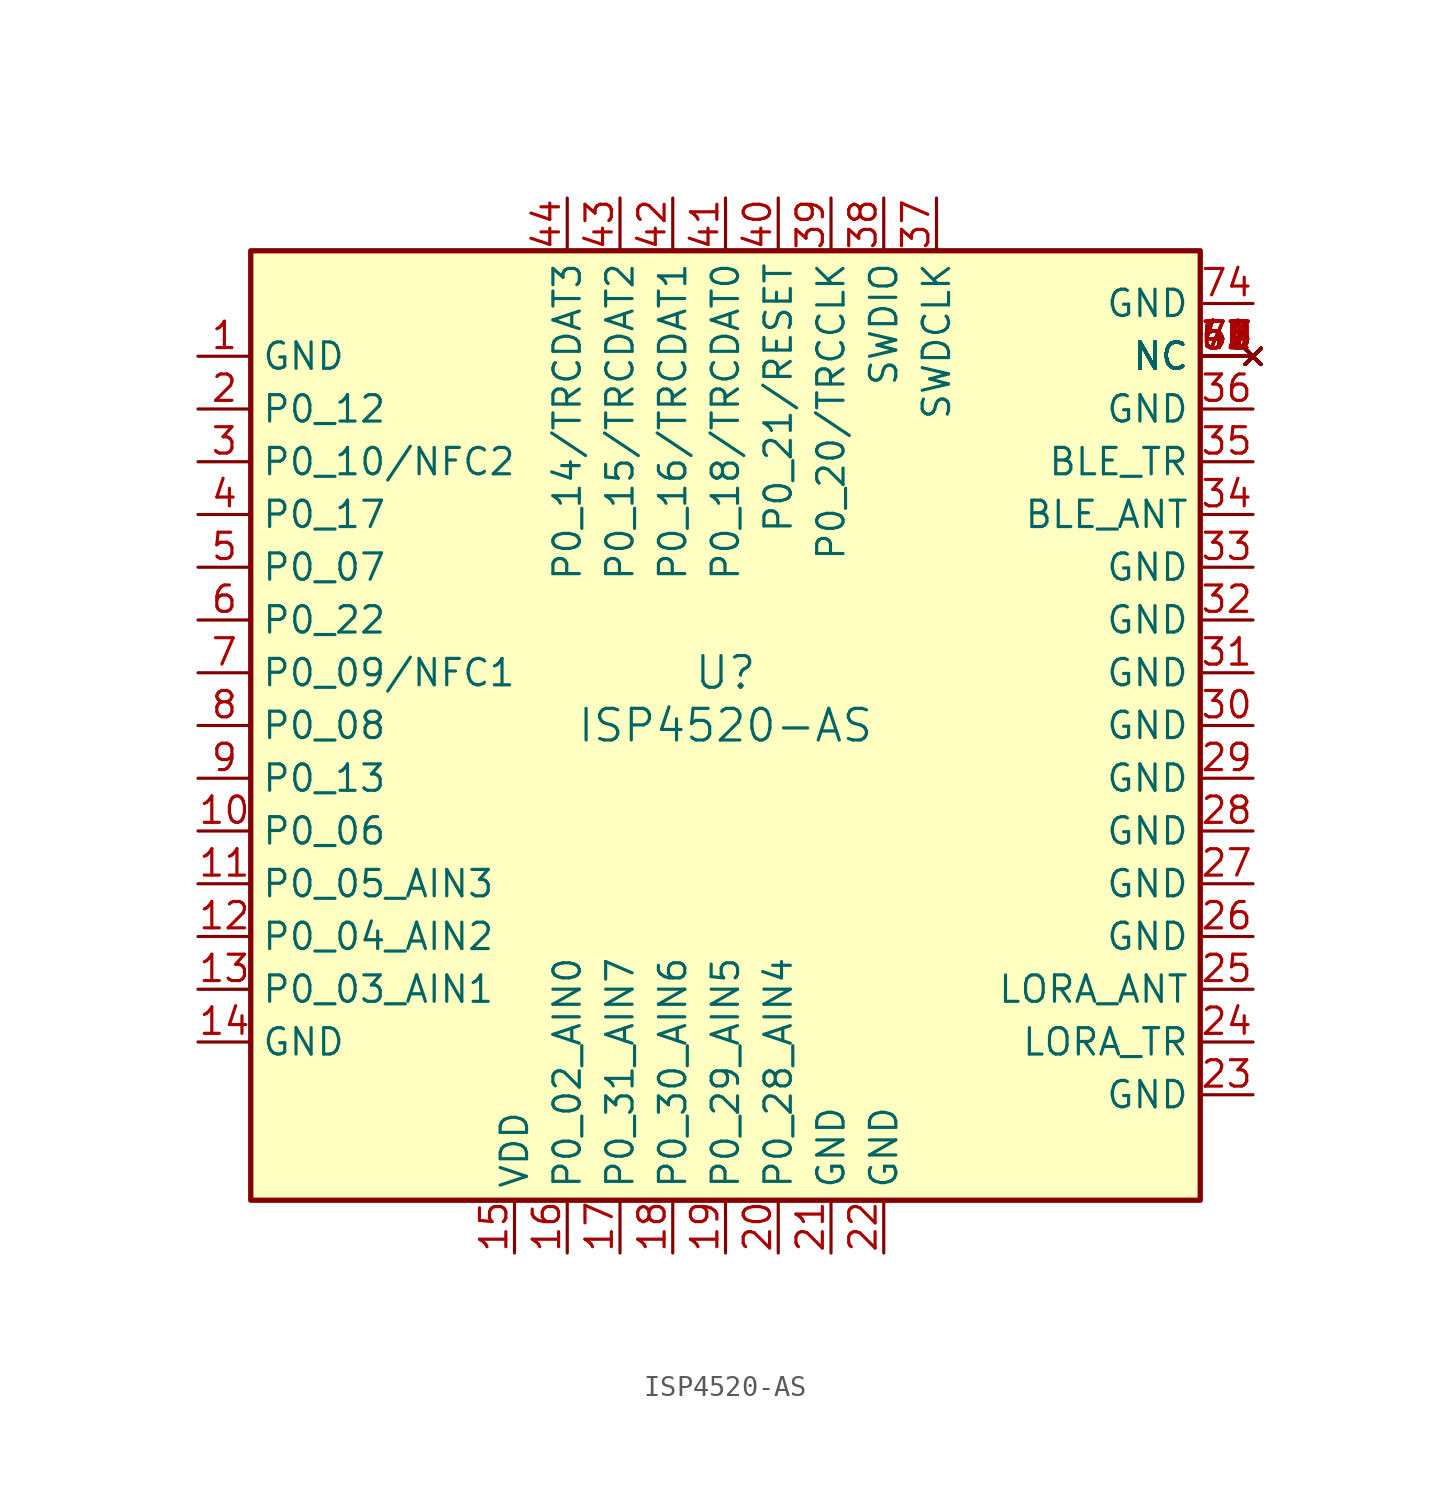
<source format=kicad_sym>
(kicad_symbol_lib
  (version 20231120)
  (generator "kicad_symbol_editor")
  (generator_version "8.0")
  (symbol "ISP4520-AS"
    (property "Reference" "U"
      (at 0 2.54 0)
      (effects (font (size 1.524 1.524))))
    (property "Value" "ISP4520-AS"
      (at 0 0 0)
      (effects (font (size 1.524 1.524))))
    (symbol "ISP4520-AS_0_1"
      (rectangle (start -22.86 22.86) (end 22.86 -22.86) (stroke (width 0.254) (type default)) (fill (type background)))
      (pin power_in line (at -25.4 17.78 0) (length 2.54) (name "GND" (effects (font (size 1.27 1.27)))) (number "1" (effects (font (size 1.27 1.27)))))
      (pin bidirectional line (at -25.4 -5.08 0) (length 2.54) (name "P0_06" (effects (font (size 1.27 1.27)))) (number "10" (effects (font (size 1.27 1.27)))))
      (pin input line (at -25.4 -7.62 0) (length 2.54) (name "P0_05_AIN3" (effects (font (size 1.27 1.27)))) (number "11" (effects (font (size 1.27 1.27)))))
      (pin input line (at -25.4 -10.16 0) (length 2.54) (name "P0_04_AIN2" (effects (font (size 1.27 1.27)))) (number "12" (effects (font (size 1.27 1.27)))))
      (pin input line (at -25.4 -12.7 0) (length 2.54) (name "P0_03_AIN1" (effects (font (size 1.27 1.27)))) (number "13" (effects (font (size 1.27 1.27)))))
      (pin power_in line (at -25.4 -15.24 0) (length 2.54) (name "GND" (effects (font (size 1.27 1.27)))) (number "14" (effects (font (size 1.27 1.27)))))
      (pin power_in line (at -10.16 -25.4 90) (length 2.54) (name "VDD" (effects (font (size 1.27 1.27)))) (number "15" (effects (font (size 1.27 1.27)))))
      (pin bidirectional line (at -7.62 -25.4 90) (length 2.54) (name "P0_02_AIN0" (effects (font (size 1.27 1.27)))) (number "16" (effects (font (size 1.27 1.27)))))
      (pin input line (at -5.08 -25.4 90) (length 2.54) (name "P0_31_AIN7" (effects (font (size 1.27 1.27)))) (number "17" (effects (font (size 1.27 1.27)))))
      (pin input line (at -2.54 -25.4 90) (length 2.54) (name "P0_30_AIN6" (effects (font (size 1.27 1.27)))) (number "18" (effects (font (size 1.27 1.27)))))
      (pin input line (at 0 -25.4 90) (length 2.54) (name "P0_29_AIN5" (effects (font (size 1.27 1.27)))) (number "19" (effects (font (size 1.27 1.27)))))
      (pin bidirectional line (at -25.4 15.24 0) (length 2.54) (name "P0_12" (effects (font (size 1.27 1.27)))) (number "2" (effects (font (size 1.27 1.27)))))
      (pin input line (at 2.54 -25.4 90) (length 2.54) (name "P0_28_AIN4" (effects (font (size 1.27 1.27)))) (number "20" (effects (font (size 1.27 1.27)))))
      (pin power_in line (at 5.08 -25.4 90) (length 2.54) (name "GND" (effects (font (size 1.27 1.27)))) (number "21" (effects (font (size 1.27 1.27)))))
      (pin power_in line (at 7.62 -25.4 90) (length 2.54) (name "GND" (effects (font (size 1.27 1.27)))) (number "22" (effects (font (size 1.27 1.27)))))
      (pin power_in line (at 25.4 -17.78 180) (length 2.54) (name "GND" (effects (font (size 1.27 1.27)))) (number "23" (effects (font (size 1.27 1.27)))))
      (pin bidirectional line (at 25.4 -15.24 180) (length 2.54) (name "LORA_TR" (effects (font (size 1.27 1.27)))) (number "24" (effects (font (size 1.27 1.27)))))
      (pin bidirectional line (at 25.4 -12.7 180) (length 2.54) (name "LORA_ANT" (effects (font (size 1.27 1.27)))) (number "25" (effects (font (size 1.27 1.27)))))
      (pin power_in line (at 25.4 -10.16 180) (length 2.54) (name "GND" (effects (font (size 1.27 1.27)))) (number "26" (effects (font (size 1.27 1.27)))))
      (pin power_in line (at 25.4 -7.62 180) (length 2.54) (name "GND" (effects (font (size 1.27 1.27)))) (number "27" (effects (font (size 1.27 1.27)))))
      (pin power_in line (at 25.4 -5.08 180) (length 2.54) (name "GND" (effects (font (size 1.27 1.27)))) (number "28" (effects (font (size 1.27 1.27)))))
      (pin power_in line (at 25.4 -2.54 180) (length 2.54) (name "GND" (effects (font (size 1.27 1.27)))) (number "29" (effects (font (size 1.27 1.27)))))
      (pin bidirectional line (at -25.4 12.7 0) (length 2.54) (name "P0_10/NFC2" (effects (font (size 1.27 1.27)))) (number "3" (effects (font (size 1.27 1.27)))))
      (pin power_in line (at 25.4 0 180) (length 2.54) (name "GND" (effects (font (size 1.27 1.27)))) (number "30" (effects (font (size 1.27 1.27)))))
      (pin power_in line (at 25.4 2.54 180) (length 2.54) (name "GND" (effects (font (size 1.27 1.27)))) (number "31" (effects (font (size 1.27 1.27)))))
      (pin power_in line (at 25.4 5.08 180) (length 2.54) (name "GND" (effects (font (size 1.27 1.27)))) (number "32" (effects (font (size 1.27 1.27)))))
      (pin power_in line (at 25.4 7.62 180) (length 2.54) (name "GND" (effects (font (size 1.27 1.27)))) (number "33" (effects (font (size 1.27 1.27)))))
      (pin bidirectional line (at 25.4 10.16 180) (length 2.54) (name "BLE_ANT" (effects (font (size 1.27 1.27)))) (number "34" (effects (font (size 1.27 1.27)))))
      (pin bidirectional line (at 25.4 12.7 180) (length 2.54) (name "BLE_TR" (effects (font (size 1.27 1.27)))) (number "35" (effects (font (size 1.27 1.27)))))
      (pin power_in line (at 25.4 15.24 180) (length 2.54) (name "GND" (effects (font (size 1.27 1.27)))) (number "36" (effects (font (size 1.27 1.27)))))
      (pin bidirectional line (at 10.16 25.4 270) (length 2.54) (name "SWDCLK" (effects (font (size 1.27 1.27)))) (number "37" (effects (font (size 1.27 1.27)))))
      (pin bidirectional line (at 7.62 25.4 270) (length 2.54) (name "SWDIO" (effects (font (size 1.27 1.27)))) (number "38" (effects (font (size 1.27 1.27)))))
      (pin bidirectional line (at 5.08 25.4 270) (length 2.54) (name "P0_20/TRCCLK" (effects (font (size 1.27 1.27)))) (number "39" (effects (font (size 1.27 1.27)))))
      (pin bidirectional line (at -25.4 10.16 0) (length 2.54) (name "P0_17" (effects (font (size 1.27 1.27)))) (number "4" (effects (font (size 1.27 1.27)))))
      (pin bidirectional line (at 2.54 25.4 270) (length 2.54) (name "P0_21/RESET" (effects (font (size 1.27 1.27)))) (number "40" (effects (font (size 1.27 1.27)))))
      (pin bidirectional line (at 0 25.4 270) (length 2.54) (name "P0_18/TRCDAT0" (effects (font (size 1.27 1.27)))) (number "41" (effects (font (size 1.27 1.27)))))
      (pin bidirectional line (at -2.54 25.4 270) (length 2.54) (name "P0_16/TRCDAT1" (effects (font (size 1.27 1.27)))) (number "42" (effects (font (size 1.27 1.27)))))
      (pin bidirectional line (at -5.08 25.4 270) (length 2.54) (name "P0_15/TRCDAT2" (effects (font (size 1.27 1.27)))) (number "43" (effects (font (size 1.27 1.27)))))
      (pin bidirectional line (at -7.62 25.4 270) (length 2.54) (name "P0_14/TRCDAT3" (effects (font (size 1.27 1.27)))) (number "44" (effects (font (size 1.27 1.27)))))
      (pin no_connect line (at 25.4 17.78 180) (length 2.54) (name "NC" (effects (font (size 1.27 1.27)))) (number "45" (effects (font (size 1.27 1.27)))))
      (pin no_connect line (at 25.4 17.78 180) (length 2.54) (name "NC" (effects (font (size 1.27 1.27)))) (number "46" (effects (font (size 1.27 1.27)))))
      (pin no_connect line (at 25.4 17.78 180) (length 2.54) (name "NC" (effects (font (size 1.27 1.27)))) (number "47" (effects (font (size 1.27 1.27)))))
      (pin no_connect line (at 25.4 17.78 180) (length 2.54) (name "NC" (effects (font (size 1.27 1.27)))) (number "48" (effects (font (size 1.27 1.27)))))
      (pin no_connect line (at 25.4 17.78 180) (length 2.54) (name "NC" (effects (font (size 1.27 1.27)))) (number "49" (effects (font (size 1.27 1.27)))))
      (pin bidirectional line (at -25.4 7.62 0) (length 2.54) (name "P0_07" (effects (font (size 1.27 1.27)))) (number "5" (effects (font (size 1.27 1.27)))))
      (pin no_connect line (at 25.4 17.78 180) (length 2.54) (name "NC" (effects (font (size 1.27 1.27)))) (number "50" (effects (font (size 1.27 1.27)))))
      (pin no_connect line (at 25.4 17.78 180) (length 2.54) (name "NC" (effects (font (size 1.27 1.27)))) (number "51" (effects (font (size 1.27 1.27)))))
      (pin no_connect line (at 25.4 17.78 180) (length 2.54) (name "NC" (effects (font (size 1.27 1.27)))) (number "52" (effects (font (size 1.27 1.27)))))
      (pin no_connect line (at 25.4 17.78 180) (length 2.54) (name "NC" (effects (font (size 1.27 1.27)))) (number "53" (effects (font (size 1.27 1.27)))))
      (pin no_connect line (at 25.4 17.78 180) (length 2.54) (name "NC" (effects (font (size 1.27 1.27)))) (number "54" (effects (font (size 1.27 1.27)))))
      (pin no_connect line (at 25.4 17.78 180) (length 2.54) (name "NC" (effects (font (size 1.27 1.27)))) (number "55" (effects (font (size 1.27 1.27)))))
      (pin no_connect line (at 25.4 17.78 180) (length 2.54) (name "NC" (effects (font (size 1.27 1.27)))) (number "56" (effects (font (size 1.27 1.27)))))
      (pin no_connect line (at 25.4 17.78 180) (length 2.54) (name "NC" (effects (font (size 1.27 1.27)))) (number "57" (effects (font (size 1.27 1.27)))))
      (pin no_connect line (at 25.4 17.78 180) (length 2.54) (name "NC" (effects (font (size 1.27 1.27)))) (number "58" (effects (font (size 1.27 1.27)))))
      (pin no_connect line (at 25.4 17.78 180) (length 2.54) (name "NC" (effects (font (size 1.27 1.27)))) (number "59" (effects (font (size 1.27 1.27)))))
      (pin bidirectional line (at -25.4 5.08 0) (length 2.54) (name "P0_22" (effects (font (size 1.27 1.27)))) (number "6" (effects (font (size 1.27 1.27)))))
      (pin no_connect line (at 25.4 17.78 180) (length 2.54) (name "NC" (effects (font (size 1.27 1.27)))) (number "60" (effects (font (size 1.27 1.27)))))
      (pin no_connect line (at 25.4 17.78 180) (length 2.54) (name "NC" (effects (font (size 1.27 1.27)))) (number "61" (effects (font (size 1.27 1.27)))))
      (pin no_connect line (at 25.4 17.78 180) (length 2.54) (name "NC" (effects (font (size 1.27 1.27)))) (number "62" (effects (font (size 1.27 1.27)))))
      (pin no_connect line (at 25.4 17.78 180) (length 2.54) (name "NC" (effects (font (size 1.27 1.27)))) (number "63" (effects (font (size 1.27 1.27)))))
      (pin no_connect line (at 25.4 17.78 180) (length 2.54) (name "NC" (effects (font (size 1.27 1.27)))) (number "64" (effects (font (size 1.27 1.27)))))
      (pin no_connect line (at 25.4 17.78 180) (length 2.54) (name "NC" (effects (font (size 1.27 1.27)))) (number "65" (effects (font (size 1.27 1.27)))))
      (pin no_connect line (at 25.4 17.78 180) (length 2.54) (name "NC" (effects (font (size 1.27 1.27)))) (number "66" (effects (font (size 1.27 1.27)))))
      (pin no_connect line (at 25.4 17.78 180) (length 2.54) (name "NC" (effects (font (size 1.27 1.27)))) (number "67" (effects (font (size 1.27 1.27)))))
      (pin no_connect line (at 25.4 17.78 180) (length 2.54) (name "NC" (effects (font (size 1.27 1.27)))) (number "68" (effects (font (size 1.27 1.27)))))
      (pin no_connect line (at 25.4 17.78 180) (length 2.54) (name "NC" (effects (font (size 1.27 1.27)))) (number "69" (effects (font (size 1.27 1.27)))))
      (pin bidirectional line (at -25.4 2.54 0) (length 2.54) (name "P0_09/NFC1" (effects (font (size 1.27 1.27)))) (number "7" (effects (font (size 1.27 1.27)))))
      (pin no_connect line (at 25.4 17.78 180) (length 2.54) (name "NC" (effects (font (size 1.27 1.27)))) (number "70" (effects (font (size 1.27 1.27)))))
      (pin no_connect line (at 25.4 17.78 180) (length 2.54) (name "NC" (effects (font (size 1.27 1.27)))) (number "71" (effects (font (size 1.27 1.27)))))
      (pin no_connect line (at 25.4 17.78 180) (length 2.54) (name "NC" (effects (font (size 1.27 1.27)))) (number "72" (effects (font (size 1.27 1.27)))))
      (pin no_connect line (at 25.4 17.78 180) (length 2.54) (name "NC" (effects (font (size 1.27 1.27)))) (number "73" (effects (font (size 1.27 1.27)))))
      (pin power_in line (at 25.4 20.32 180) (length 2.54) (name "GND" (effects (font (size 1.27 1.27)))) (number "74" (effects (font (size 1.27 1.27)))))
      (pin bidirectional line (at -25.4 0 0) (length 2.54) (name "P0_08" (effects (font (size 1.27 1.27)))) (number "8" (effects (font (size 1.27 1.27)))))
      (pin bidirectional line (at -25.4 -2.54 0) (length 2.54) (name "P0_13" (effects (font (size 1.27 1.27)))) (number "9" (effects (font (size 1.27 1.27))))))))
</source>
